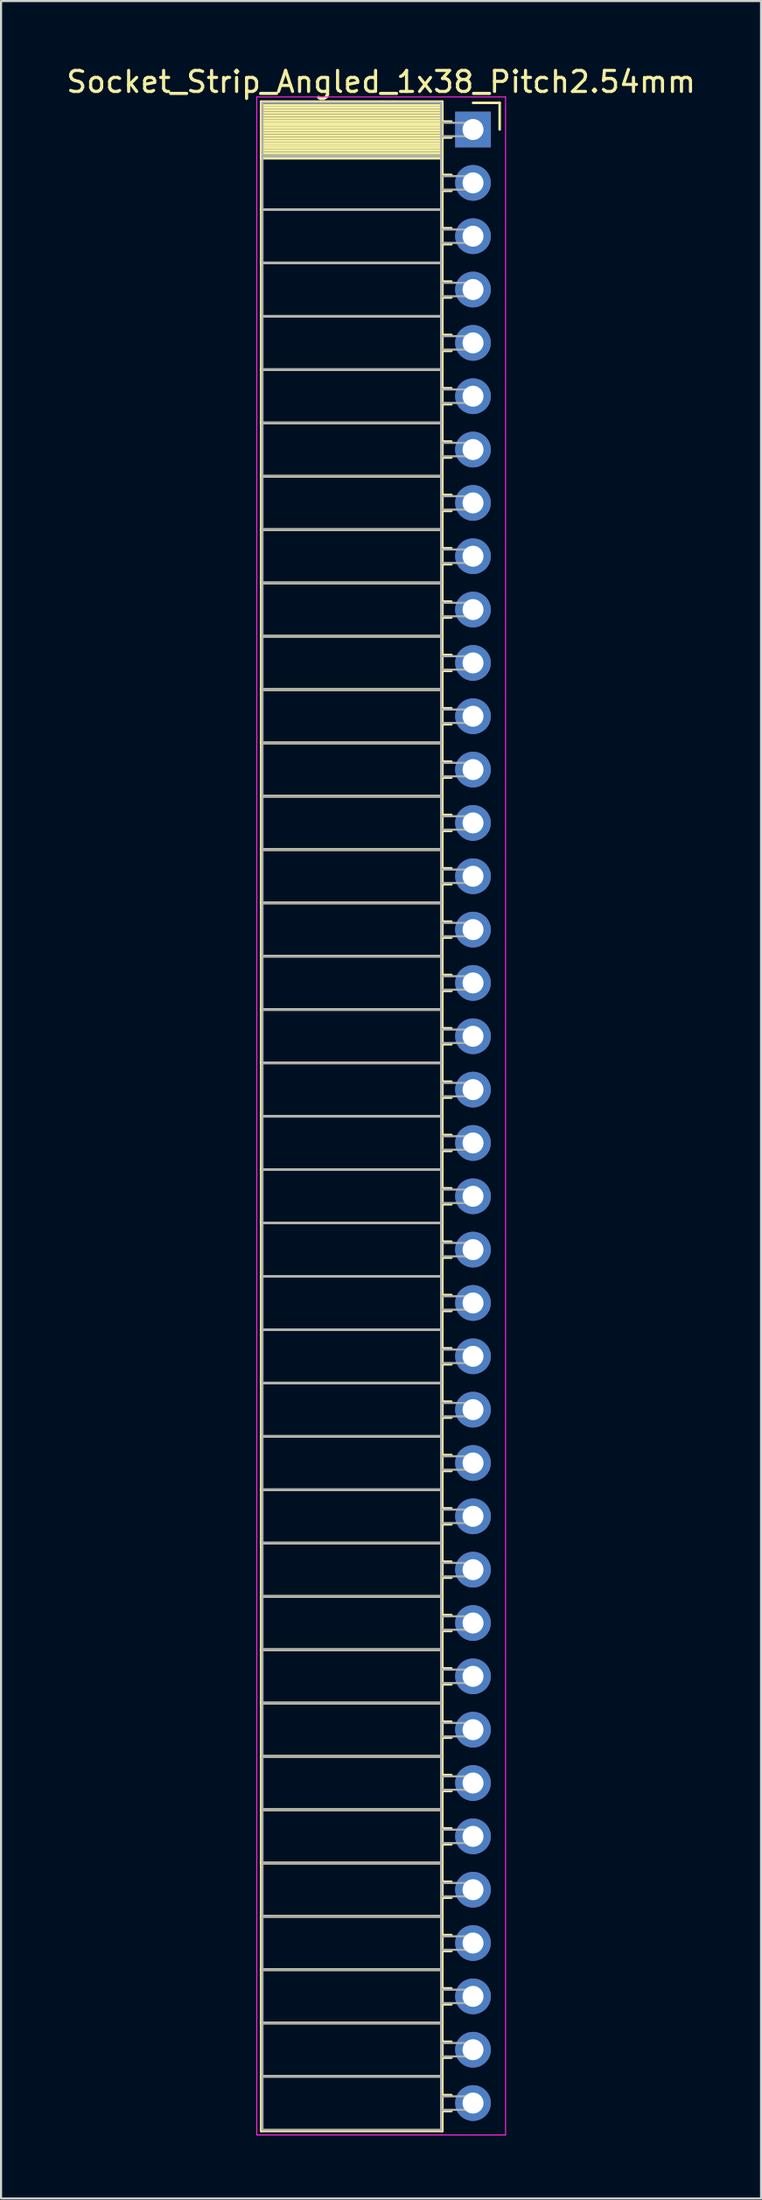
<source format=kicad_pcb>
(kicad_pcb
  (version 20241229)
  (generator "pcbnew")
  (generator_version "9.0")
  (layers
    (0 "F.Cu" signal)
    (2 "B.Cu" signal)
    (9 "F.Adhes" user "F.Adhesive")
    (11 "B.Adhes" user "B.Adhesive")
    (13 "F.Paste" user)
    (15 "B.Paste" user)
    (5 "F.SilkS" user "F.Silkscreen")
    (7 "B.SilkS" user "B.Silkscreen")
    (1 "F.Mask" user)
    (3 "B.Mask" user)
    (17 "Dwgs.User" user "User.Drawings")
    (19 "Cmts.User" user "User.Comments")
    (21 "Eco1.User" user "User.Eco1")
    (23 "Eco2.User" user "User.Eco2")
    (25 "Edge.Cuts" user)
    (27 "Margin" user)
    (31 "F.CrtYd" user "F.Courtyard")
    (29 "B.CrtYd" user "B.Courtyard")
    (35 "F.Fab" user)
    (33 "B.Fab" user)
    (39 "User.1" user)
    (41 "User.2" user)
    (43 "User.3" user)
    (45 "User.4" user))
  (footprint "Socket_Strip_Angled_1x38_Pitch2.54mm"
    (layer "F.Cu")
    (at 19.481 3.118)
    (property "Reference" "Socket_Strip_Angled_1x38_Pitch2.54mm" (at -4.38 -2.27 0) (layer "F.SilkS") (effects (font (size 1 1) (thickness 0.15))))
    (attr through_hole)
    (fp_line (start -10.09 -1.33) (end -1.46 -1.33) (stroke (width 0.12) (type solid)) (layer "F.SilkS"))
    (fp_line (start -10.09 1.27) (end -10.09 -1.33) (stroke (width 0.12) (type solid)) (layer "F.SilkS"))
    (fp_line (start -10.09 1.27) (end -1.46 1.27) (stroke (width 0.12) (type solid)) (layer "F.SilkS"))
    (fp_line (start -10.09 3.81) (end -10.09 1.27) (stroke (width 0.12) (type solid)) (layer "F.SilkS"))
    (fp_line (start -10.09 3.81) (end -1.46 3.81) (stroke (width 0.12) (type solid)) (layer "F.SilkS"))
    (fp_line (start -10.09 6.35) (end -10.09 3.81) (stroke (width 0.12) (type solid)) (layer "F.SilkS"))
    (fp_line (start -10.09 6.35) (end -1.46 6.35) (stroke (width 0.12) (type solid)) (layer "F.SilkS"))
    (fp_line (start -10.09 8.89) (end -10.09 6.35) (stroke (width 0.12) (type solid)) (layer "F.SilkS"))
    (fp_line (start -10.09 8.89) (end -1.46 8.89) (stroke (width 0.12) (type solid)) (layer "F.SilkS"))
    (fp_line (start -10.09 11.43) (end -10.09 8.89) (stroke (width 0.12) (type solid)) (layer "F.SilkS"))
    (fp_line (start -10.09 11.43) (end -1.46 11.43) (stroke (width 0.12) (type solid)) (layer "F.SilkS"))
    (fp_line (start -10.09 13.97) (end -10.09 11.43) (stroke (width 0.12) (type solid)) (layer "F.SilkS"))
    (fp_line (start -10.09 13.97) (end -1.46 13.97) (stroke (width 0.12) (type solid)) (layer "F.SilkS"))
    (fp_line (start -10.09 16.51) (end -10.09 13.97) (stroke (width 0.12) (type solid)) (layer "F.SilkS"))
    (fp_line (start -10.09 16.51) (end -1.46 16.51) (stroke (width 0.12) (type solid)) (layer "F.SilkS"))
    (fp_line (start -10.09 19.05) (end -10.09 16.51) (stroke (width 0.12) (type solid)) (layer "F.SilkS"))
    (fp_line (start -10.09 19.05) (end -1.46 19.05) (stroke (width 0.12) (type solid)) (layer "F.SilkS"))
    (fp_line (start -10.09 21.59) (end -10.09 19.05) (stroke (width 0.12) (type solid)) (layer "F.SilkS"))
    (fp_line (start -10.09 21.59) (end -1.46 21.59) (stroke (width 0.12) (type solid)) (layer "F.SilkS"))
    (fp_line (start -10.09 24.13) (end -10.09 21.59) (stroke (width 0.12) (type solid)) (layer "F.SilkS"))
    (fp_line (start -10.09 24.13) (end -1.46 24.13) (stroke (width 0.12) (type solid)) (layer "F.SilkS"))
    (fp_line (start -10.09 26.67) (end -10.09 24.13) (stroke (width 0.12) (type solid)) (layer "F.SilkS"))
    (fp_line (start -10.09 26.67) (end -1.46 26.67) (stroke (width 0.12) (type solid)) (layer "F.SilkS"))
    (fp_line (start -10.09 29.21) (end -10.09 26.67) (stroke (width 0.12) (type solid)) (layer "F.SilkS"))
    (fp_line (start -10.09 29.21) (end -1.46 29.21) (stroke (width 0.12) (type solid)) (layer "F.SilkS"))
    (fp_line (start -10.09 31.75) (end -10.09 29.21) (stroke (width 0.12) (type solid)) (layer "F.SilkS"))
    (fp_line (start -10.09 31.75) (end -1.46 31.75) (stroke (width 0.12) (type solid)) (layer "F.SilkS"))
    (fp_line (start -10.09 34.29) (end -10.09 31.75) (stroke (width 0.12) (type solid)) (layer "F.SilkS"))
    (fp_line (start -10.09 34.29) (end -1.46 34.29) (stroke (width 0.12) (type solid)) (layer "F.SilkS"))
    (fp_line (start -10.09 36.83) (end -10.09 34.29) (stroke (width 0.12) (type solid)) (layer "F.SilkS"))
    (fp_line (start -10.09 36.83) (end -1.46 36.83) (stroke (width 0.12) (type solid)) (layer "F.SilkS"))
    (fp_line (start -10.09 39.37) (end -10.09 36.83) (stroke (width 0.12) (type solid)) (layer "F.SilkS"))
    (fp_line (start -10.09 39.37) (end -1.46 39.37) (stroke (width 0.12) (type solid)) (layer "F.SilkS"))
    (fp_line (start -10.09 41.91) (end -10.09 39.37) (stroke (width 0.12) (type solid)) (layer "F.SilkS"))
    (fp_line (start -10.09 41.91) (end -1.46 41.91) (stroke (width 0.12) (type solid)) (layer "F.SilkS"))
    (fp_line (start -10.09 44.45) (end -10.09 41.91) (stroke (width 0.12) (type solid)) (layer "F.SilkS"))
    (fp_line (start -10.09 44.45) (end -1.46 44.45) (stroke (width 0.12) (type solid)) (layer "F.SilkS"))
    (fp_line (start -10.09 46.99) (end -10.09 44.45) (stroke (width 0.12) (type solid)) (layer "F.SilkS"))
    (fp_line (start -10.09 46.99) (end -1.46 46.99) (stroke (width 0.12) (type solid)) (layer "F.SilkS"))
    (fp_line (start -10.09 49.53) (end -10.09 46.99) (stroke (width 0.12) (type solid)) (layer "F.SilkS"))
    (fp_line (start -10.09 49.53) (end -1.46 49.53) (stroke (width 0.12) (type solid)) (layer "F.SilkS"))
    (fp_line (start -10.09 52.07) (end -10.09 49.53) (stroke (width 0.12) (type solid)) (layer "F.SilkS"))
    (fp_line (start -10.09 52.07) (end -1.46 52.07) (stroke (width 0.12) (type solid)) (layer "F.SilkS"))
    (fp_line (start -10.09 54.61) (end -10.09 52.07) (stroke (width 0.12) (type solid)) (layer "F.SilkS"))
    (fp_line (start -10.09 54.61) (end -1.46 54.61) (stroke (width 0.12) (type solid)) (layer "F.SilkS"))
    (fp_line (start -10.09 57.15) (end -10.09 54.61) (stroke (width 0.12) (type solid)) (layer "F.SilkS"))
    (fp_line (start -10.09 57.15) (end -1.46 57.15) (stroke (width 0.12) (type solid)) (layer "F.SilkS"))
    (fp_line (start -10.09 59.69) (end -10.09 57.15) (stroke (width 0.12) (type solid)) (layer "F.SilkS"))
    (fp_line (start -10.09 59.69) (end -1.46 59.69) (stroke (width 0.12) (type solid)) (layer "F.SilkS"))
    (fp_line (start -10.09 62.23) (end -10.09 59.69) (stroke (width 0.12) (type solid)) (layer "F.SilkS"))
    (fp_line (start -10.09 62.23) (end -1.46 62.23) (stroke (width 0.12) (type solid)) (layer "F.SilkS"))
    (fp_line (start -10.09 64.77) (end -10.09 62.23) (stroke (width 0.12) (type solid)) (layer "F.SilkS"))
    (fp_line (start -10.09 64.77) (end -1.46 64.77) (stroke (width 0.12) (type solid)) (layer "F.SilkS"))
    (fp_line (start -10.09 67.31) (end -10.09 64.77) (stroke (width 0.12) (type solid)) (layer "F.SilkS"))
    (fp_line (start -10.09 67.31) (end -1.46 67.31) (stroke (width 0.12) (type solid)) (layer "F.SilkS"))
    (fp_line (start -10.09 69.85) (end -10.09 67.31) (stroke (width 0.12) (type solid)) (layer "F.SilkS"))
    (fp_line (start -10.09 69.85) (end -1.46 69.85) (stroke (width 0.12) (type solid)) (layer "F.SilkS"))
    (fp_line (start -10.09 72.39) (end -10.09 69.85) (stroke (width 0.12) (type solid)) (layer "F.SilkS"))
    (fp_line (start -10.09 72.39) (end -1.46 72.39) (stroke (width 0.12) (type solid)) (layer "F.SilkS"))
    (fp_line (start -10.09 74.93) (end -10.09 72.39) (stroke (width 0.12) (type solid)) (layer "F.SilkS"))
    (fp_line (start -10.09 74.93) (end -1.46 74.93) (stroke (width 0.12) (type solid)) (layer "F.SilkS"))
    (fp_line (start -10.09 77.47) (end -10.09 74.93) (stroke (width 0.12) (type solid)) (layer "F.SilkS"))
    (fp_line (start -10.09 77.47) (end -1.46 77.47) (stroke (width 0.12) (type solid)) (layer "F.SilkS"))
    (fp_line (start -10.09 80.01) (end -10.09 77.47) (stroke (width 0.12) (type solid)) (layer "F.SilkS"))
    (fp_line (start -10.09 80.01) (end -1.46 80.01) (stroke (width 0.12) (type solid)) (layer "F.SilkS"))
    (fp_line (start -10.09 82.55) (end -10.09 80.01) (stroke (width 0.12) (type solid)) (layer "F.SilkS"))
    (fp_line (start -10.09 82.55) (end -1.46 82.55) (stroke (width 0.12) (type solid)) (layer "F.SilkS"))
    (fp_line (start -10.09 85.09) (end -10.09 82.55) (stroke (width 0.12) (type solid)) (layer "F.SilkS"))
    (fp_line (start -10.09 85.09) (end -1.46 85.09) (stroke (width 0.12) (type solid)) (layer "F.SilkS"))
    (fp_line (start -10.09 87.63) (end -10.09 85.09) (stroke (width 0.12) (type solid)) (layer "F.SilkS"))
    (fp_line (start -10.09 87.63) (end -1.46 87.63) (stroke (width 0.12) (type solid)) (layer "F.SilkS"))
    (fp_line (start -10.09 90.17) (end -10.09 87.63) (stroke (width 0.12) (type solid)) (layer "F.SilkS"))
    (fp_line (start -10.09 90.17) (end -1.46 90.17) (stroke (width 0.12) (type solid)) (layer "F.SilkS"))
    (fp_line (start -10.09 92.71) (end -10.09 90.17) (stroke (width 0.12) (type solid)) (layer "F.SilkS"))
    (fp_line (start -10.09 92.71) (end -1.46 92.71) (stroke (width 0.12) (type solid)) (layer "F.SilkS"))
    (fp_line (start -10.09 95.31) (end -10.09 92.71) (stroke (width 0.12) (type solid)) (layer "F.SilkS"))
    (fp_line (start -1.46 -1.33) (end -1.46 1.27) (stroke (width 0.12) (type solid)) (layer "F.SilkS"))
    (fp_line (start -1.46 -1.15) (end -10.09 -1.15) (stroke (width 0.12) (type solid)) (layer "F.SilkS"))
    (fp_line (start -1.46 -1.03) (end -10.09 -1.03) (stroke (width 0.12) (type solid)) (layer "F.SilkS"))
    (fp_line (start -1.46 -0.91) (end -10.09 -0.91) (stroke (width 0.12) (type solid)) (layer "F.SilkS"))
    (fp_line (start -1.46 -0.79) (end -10.09 -0.79) (stroke (width 0.12) (type solid)) (layer "F.SilkS"))
    (fp_line (start -1.46 -0.67) (end -10.09 -0.67) (stroke (width 0.12) (type solid)) (layer "F.SilkS"))
    (fp_line (start -1.46 -0.55) (end -10.09 -0.55) (stroke (width 0.12) (type solid)) (layer "F.SilkS"))
    (fp_line (start -1.46 -0.43) (end -10.09 -0.43) (stroke (width 0.12) (type solid)) (layer "F.SilkS"))
    (fp_line (start -1.46 -0.31) (end -10.09 -0.31) (stroke (width 0.12) (type solid)) (layer "F.SilkS"))
    (fp_line (start -1.46 -0.19) (end -10.09 -0.19) (stroke (width 0.12) (type solid)) (layer "F.SilkS"))
    (fp_line (start -1.46 -0.07) (end -10.09 -0.07) (stroke (width 0.12) (type solid)) (layer "F.SilkS"))
    (fp_line (start -1.46 0.05) (end -10.09 0.05) (stroke (width 0.12) (type solid)) (layer "F.SilkS"))
    (fp_line (start -1.46 0.17) (end -10.09 0.17) (stroke (width 0.12) (type solid)) (layer "F.SilkS"))
    (fp_line (start -1.46 0.29) (end -10.09 0.29) (stroke (width 0.12) (type solid)) (layer "F.SilkS"))
    (fp_line (start -1.46 0.41) (end -10.09 0.41) (stroke (width 0.12) (type solid)) (layer "F.SilkS"))
    (fp_line (start -1.46 0.53) (end -10.09 0.53) (stroke (width 0.12) (type solid)) (layer "F.SilkS"))
    (fp_line (start -1.46 0.65) (end -10.09 0.65) (stroke (width 0.12) (type solid)) (layer "F.SilkS"))
    (fp_line (start -1.46 0.77) (end -10.09 0.77) (stroke (width 0.12) (type solid)) (layer "F.SilkS"))
    (fp_line (start -1.46 0.89) (end -10.09 0.89) (stroke (width 0.12) (type solid)) (layer "F.SilkS"))
    (fp_line (start -1.46 1.01) (end -10.09 1.01) (stroke (width 0.12) (type solid)) (layer "F.SilkS"))
    (fp_line (start -1.46 1.13) (end -10.09 1.13) (stroke (width 0.12) (type solid)) (layer "F.SilkS"))
    (fp_line (start -1.46 1.25) (end -10.09 1.25) (stroke (width 0.12) (type solid)) (layer "F.SilkS"))
    (fp_line (start -1.46 1.27) (end -10.09 1.27) (stroke (width 0.12) (type solid)) (layer "F.SilkS"))
    (fp_line (start -1.46 1.27) (end -1.46 3.81) (stroke (width 0.12) (type solid)) (layer "F.SilkS"))
    (fp_line (start -1.46 1.37) (end -10.09 1.37) (stroke (width 0.12) (type solid)) (layer "F.SilkS"))
    (fp_line (start -1.46 3.81) (end -10.09 3.81) (stroke (width 0.12) (type solid)) (layer "F.SilkS"))
    (fp_line (start -1.46 3.81) (end -1.46 6.35) (stroke (width 0.12) (type solid)) (layer "F.SilkS"))
    (fp_line (start -1.46 6.35) (end -10.09 6.35) (stroke (width 0.12) (type solid)) (layer "F.SilkS"))
    (fp_line (start -1.46 6.35) (end -1.46 8.89) (stroke (width 0.12) (type solid)) (layer "F.SilkS"))
    (fp_line (start -1.46 8.89) (end -10.09 8.89) (stroke (width 0.12) (type solid)) (layer "F.SilkS"))
    (fp_line (start -1.46 8.89) (end -1.46 11.43) (stroke (width 0.12) (type solid)) (layer "F.SilkS"))
    (fp_line (start -1.46 11.43) (end -10.09 11.43) (stroke (width 0.12) (type solid)) (layer "F.SilkS"))
    (fp_line (start -1.46 11.43) (end -1.46 13.97) (stroke (width 0.12) (type solid)) (layer "F.SilkS"))
    (fp_line (start -1.46 13.97) (end -10.09 13.97) (stroke (width 0.12) (type solid)) (layer "F.SilkS"))
    (fp_line (start -1.46 13.97) (end -1.46 16.51) (stroke (width 0.12) (type solid)) (layer "F.SilkS"))
    (fp_line (start -1.46 16.51) (end -10.09 16.51) (stroke (width 0.12) (type solid)) (layer "F.SilkS"))
    (fp_line (start -1.46 16.51) (end -1.46 19.05) (stroke (width 0.12) (type solid)) (layer "F.SilkS"))
    (fp_line (start -1.46 19.05) (end -10.09 19.05) (stroke (width 0.12) (type solid)) (layer "F.SilkS"))
    (fp_line (start -1.46 19.05) (end -1.46 21.59) (stroke (width 0.12) (type solid)) (layer "F.SilkS"))
    (fp_line (start -1.46 21.59) (end -10.09 21.59) (stroke (width 0.12) (type solid)) (layer "F.SilkS"))
    (fp_line (start -1.46 21.59) (end -1.46 24.13) (stroke (width 0.12) (type solid)) (layer "F.SilkS"))
    (fp_line (start -1.46 24.13) (end -10.09 24.13) (stroke (width 0.12) (type solid)) (layer "F.SilkS"))
    (fp_line (start -1.46 24.13) (end -1.46 26.67) (stroke (width 0.12) (type solid)) (layer "F.SilkS"))
    (fp_line (start -1.46 26.67) (end -10.09 26.67) (stroke (width 0.12) (type solid)) (layer "F.SilkS"))
    (fp_line (start -1.46 26.67) (end -1.46 29.21) (stroke (width 0.12) (type solid)) (layer "F.SilkS"))
    (fp_line (start -1.46 29.21) (end -10.09 29.21) (stroke (width 0.12) (type solid)) (layer "F.SilkS"))
    (fp_line (start -1.46 29.21) (end -1.46 31.75) (stroke (width 0.12) (type solid)) (layer "F.SilkS"))
    (fp_line (start -1.46 31.75) (end -10.09 31.75) (stroke (width 0.12) (type solid)) (layer "F.SilkS"))
    (fp_line (start -1.46 31.75) (end -1.46 34.29) (stroke (width 0.12) (type solid)) (layer "F.SilkS"))
    (fp_line (start -1.46 34.29) (end -10.09 34.29) (stroke (width 0.12) (type solid)) (layer "F.SilkS"))
    (fp_line (start -1.46 34.29) (end -1.46 36.83) (stroke (width 0.12) (type solid)) (layer "F.SilkS"))
    (fp_line (start -1.46 36.83) (end -10.09 36.83) (stroke (width 0.12) (type solid)) (layer "F.SilkS"))
    (fp_line (start -1.46 36.83) (end -1.46 39.37) (stroke (width 0.12) (type solid)) (layer "F.SilkS"))
    (fp_line (start -1.46 39.37) (end -10.09 39.37) (stroke (width 0.12) (type solid)) (layer "F.SilkS"))
    (fp_line (start -1.46 39.37) (end -1.46 41.91) (stroke (width 0.12) (type solid)) (layer "F.SilkS"))
    (fp_line (start -1.46 41.91) (end -10.09 41.91) (stroke (width 0.12) (type solid)) (layer "F.SilkS"))
    (fp_line (start -1.46 41.91) (end -1.46 44.45) (stroke (width 0.12) (type solid)) (layer "F.SilkS"))
    (fp_line (start -1.46 44.45) (end -10.09 44.45) (stroke (width 0.12) (type solid)) (layer "F.SilkS"))
    (fp_line (start -1.46 44.45) (end -1.46 46.99) (stroke (width 0.12) (type solid)) (layer "F.SilkS"))
    (fp_line (start -1.46 46.99) (end -10.09 46.99) (stroke (width 0.12) (type solid)) (layer "F.SilkS"))
    (fp_line (start -1.46 46.99) (end -1.46 49.53) (stroke (width 0.12) (type solid)) (layer "F.SilkS"))
    (fp_line (start -1.46 49.53) (end -10.09 49.53) (stroke (width 0.12) (type solid)) (layer "F.SilkS"))
    (fp_line (start -1.46 49.53) (end -1.46 52.07) (stroke (width 0.12) (type solid)) (layer "F.SilkS"))
    (fp_line (start -1.46 52.07) (end -10.09 52.07) (stroke (width 0.12) (type solid)) (layer "F.SilkS"))
    (fp_line (start -1.46 52.07) (end -1.46 54.61) (stroke (width 0.12) (type solid)) (layer "F.SilkS"))
    (fp_line (start -1.46 54.61) (end -10.09 54.61) (stroke (width 0.12) (type solid)) (layer "F.SilkS"))
    (fp_line (start -1.46 54.61) (end -1.46 57.15) (stroke (width 0.12) (type solid)) (layer "F.SilkS"))
    (fp_line (start -1.46 57.15) (end -10.09 57.15) (stroke (width 0.12) (type solid)) (layer "F.SilkS"))
    (fp_line (start -1.46 57.15) (end -1.46 59.69) (stroke (width 0.12) (type solid)) (layer "F.SilkS"))
    (fp_line (start -1.46 59.69) (end -10.09 59.69) (stroke (width 0.12) (type solid)) (layer "F.SilkS"))
    (fp_line (start -1.46 59.69) (end -1.46 62.23) (stroke (width 0.12) (type solid)) (layer "F.SilkS"))
    (fp_line (start -1.46 62.23) (end -10.09 62.23) (stroke (width 0.12) (type solid)) (layer "F.SilkS"))
    (fp_line (start -1.46 62.23) (end -1.46 64.77) (stroke (width 0.12) (type solid)) (layer "F.SilkS"))
    (fp_line (start -1.46 64.77) (end -10.09 64.77) (stroke (width 0.12) (type solid)) (layer "F.SilkS"))
    (fp_line (start -1.46 64.77) (end -1.46 67.31) (stroke (width 0.12) (type solid)) (layer "F.SilkS"))
    (fp_line (start -1.46 67.31) (end -10.09 67.31) (stroke (width 0.12) (type solid)) (layer "F.SilkS"))
    (fp_line (start -1.46 67.31) (end -1.46 69.85) (stroke (width 0.12) (type solid)) (layer "F.SilkS"))
    (fp_line (start -1.46 69.85) (end -10.09 69.85) (stroke (width 0.12) (type solid)) (layer "F.SilkS"))
    (fp_line (start -1.46 69.85) (end -1.46 72.39) (stroke (width 0.12) (type solid)) (layer "F.SilkS"))
    (fp_line (start -1.46 72.39) (end -10.09 72.39) (stroke (width 0.12) (type solid)) (layer "F.SilkS"))
    (fp_line (start -1.46 72.39) (end -1.46 74.93) (stroke (width 0.12) (type solid)) (layer "F.SilkS"))
    (fp_line (start -1.46 74.93) (end -10.09 74.93) (stroke (width 0.12) (type solid)) (layer "F.SilkS"))
    (fp_line (start -1.46 74.93) (end -1.46 77.47) (stroke (width 0.12) (type solid)) (layer "F.SilkS"))
    (fp_line (start -1.46 77.47) (end -10.09 77.47) (stroke (width 0.12) (type solid)) (layer "F.SilkS"))
    (fp_line (start -1.46 77.47) (end -1.46 80.01) (stroke (width 0.12) (type solid)) (layer "F.SilkS"))
    (fp_line (start -1.46 80.01) (end -10.09 80.01) (stroke (width 0.12) (type solid)) (layer "F.SilkS"))
    (fp_line (start -1.46 80.01) (end -1.46 82.55) (stroke (width 0.12) (type solid)) (layer "F.SilkS"))
    (fp_line (start -1.46 82.55) (end -10.09 82.55) (stroke (width 0.12) (type solid)) (layer "F.SilkS"))
    (fp_line (start -1.46 82.55) (end -1.46 85.09) (stroke (width 0.12) (type solid)) (layer "F.SilkS"))
    (fp_line (start -1.46 85.09) (end -10.09 85.09) (stroke (width 0.12) (type solid)) (layer "F.SilkS"))
    (fp_line (start -1.46 85.09) (end -1.46 87.63) (stroke (width 0.12) (type solid)) (layer "F.SilkS"))
    (fp_line (start -1.46 87.63) (end -10.09 87.63) (stroke (width 0.12) (type solid)) (layer "F.SilkS"))
    (fp_line (start -1.46 87.63) (end -1.46 90.17) (stroke (width 0.12) (type solid)) (layer "F.SilkS"))
    (fp_line (start -1.46 90.17) (end -10.09 90.17) (stroke (width 0.12) (type solid)) (layer "F.SilkS"))
    (fp_line (start -1.46 90.17) (end -1.46 92.71) (stroke (width 0.12) (type solid)) (layer "F.SilkS"))
    (fp_line (start -1.46 92.71) (end -10.09 92.71) (stroke (width 0.12) (type solid)) (layer "F.SilkS"))
    (fp_line (start -1.46 92.71) (end -1.46 95.31) (stroke (width 0.12) (type solid)) (layer "F.SilkS"))
    (fp_line (start -1.46 95.31) (end -10.09 95.31) (stroke (width 0.12) (type solid)) (layer "F.SilkS"))
    (fp_line (start -1.03 -0.38) (end -1.46 -0.38) (stroke (width 0.12) (type solid)) (layer "F.SilkS"))
    (fp_line (start -1.03 0.38) (end -1.46 0.38) (stroke (width 0.12) (type solid)) (layer "F.SilkS"))
    (fp_line (start -1.03 2.16) (end -1.46 2.16) (stroke (width 0.12) (type solid)) (layer "F.SilkS"))
    (fp_line (start -1.03 2.92) (end -1.46 2.92) (stroke (width 0.12) (type solid)) (layer "F.SilkS"))
    (fp_line (start -1.03 4.7) (end -1.46 4.7) (stroke (width 0.12) (type solid)) (layer "F.SilkS"))
    (fp_line (start -1.03 5.46) (end -1.46 5.46) (stroke (width 0.12) (type solid)) (layer "F.SilkS"))
    (fp_line (start -1.03 7.24) (end -1.46 7.24) (stroke (width 0.12) (type solid)) (layer "F.SilkS"))
    (fp_line (start -1.03 8) (end -1.46 8) (stroke (width 0.12) (type solid)) (layer "F.SilkS"))
    (fp_line (start -1.03 9.78) (end -1.46 9.78) (stroke (width 0.12) (type solid)) (layer "F.SilkS"))
    (fp_line (start -1.03 10.54) (end -1.46 10.54) (stroke (width 0.12) (type solid)) (layer "F.SilkS"))
    (fp_line (start -1.03 12.32) (end -1.46 12.32) (stroke (width 0.12) (type solid)) (layer "F.SilkS"))
    (fp_line (start -1.03 13.08) (end -1.46 13.08) (stroke (width 0.12) (type solid)) (layer "F.SilkS"))
    (fp_line (start -1.03 14.86) (end -1.46 14.86) (stroke (width 0.12) (type solid)) (layer "F.SilkS"))
    (fp_line (start -1.03 15.62) (end -1.46 15.62) (stroke (width 0.12) (type solid)) (layer "F.SilkS"))
    (fp_line (start -1.03 17.4) (end -1.46 17.4) (stroke (width 0.12) (type solid)) (layer "F.SilkS"))
    (fp_line (start -1.03 18.16) (end -1.46 18.16) (stroke (width 0.12) (type solid)) (layer "F.SilkS"))
    (fp_line (start -1.03 19.94) (end -1.46 19.94) (stroke (width 0.12) (type solid)) (layer "F.SilkS"))
    (fp_line (start -1.03 20.7) (end -1.46 20.7) (stroke (width 0.12) (type solid)) (layer "F.SilkS"))
    (fp_line (start -1.03 22.48) (end -1.46 22.48) (stroke (width 0.12) (type solid)) (layer "F.SilkS"))
    (fp_line (start -1.03 23.24) (end -1.46 23.24) (stroke (width 0.12) (type solid)) (layer "F.SilkS"))
    (fp_line (start -1.03 25.02) (end -1.46 25.02) (stroke (width 0.12) (type solid)) (layer "F.SilkS"))
    (fp_line (start -1.03 25.78) (end -1.46 25.78) (stroke (width 0.12) (type solid)) (layer "F.SilkS"))
    (fp_line (start -1.03 27.56) (end -1.46 27.56) (stroke (width 0.12) (type solid)) (layer "F.SilkS"))
    (fp_line (start -1.03 28.32) (end -1.46 28.32) (stroke (width 0.12) (type solid)) (layer "F.SilkS"))
    (fp_line (start -1.03 30.1) (end -1.46 30.1) (stroke (width 0.12) (type solid)) (layer "F.SilkS"))
    (fp_line (start -1.03 30.86) (end -1.46 30.86) (stroke (width 0.12) (type solid)) (layer "F.SilkS"))
    (fp_line (start -1.03 32.64) (end -1.46 32.64) (stroke (width 0.12) (type solid)) (layer "F.SilkS"))
    (fp_line (start -1.03 33.4) (end -1.46 33.4) (stroke (width 0.12) (type solid)) (layer "F.SilkS"))
    (fp_line (start -1.03 35.18) (end -1.46 35.18) (stroke (width 0.12) (type solid)) (layer "F.SilkS"))
    (fp_line (start -1.03 35.94) (end -1.46 35.94) (stroke (width 0.12) (type solid)) (layer "F.SilkS"))
    (fp_line (start -1.03 37.72) (end -1.46 37.72) (stroke (width 0.12) (type solid)) (layer "F.SilkS"))
    (fp_line (start -1.03 38.48) (end -1.46 38.48) (stroke (width 0.12) (type solid)) (layer "F.SilkS"))
    (fp_line (start -1.03 40.26) (end -1.46 40.26) (stroke (width 0.12) (type solid)) (layer "F.SilkS"))
    (fp_line (start -1.03 41.02) (end -1.46 41.02) (stroke (width 0.12) (type solid)) (layer "F.SilkS"))
    (fp_line (start -1.03 42.8) (end -1.46 42.8) (stroke (width 0.12) (type solid)) (layer "F.SilkS"))
    (fp_line (start -1.03 43.56) (end -1.46 43.56) (stroke (width 0.12) (type solid)) (layer "F.SilkS"))
    (fp_line (start -1.03 45.34) (end -1.46 45.34) (stroke (width 0.12) (type solid)) (layer "F.SilkS"))
    (fp_line (start -1.03 46.1) (end -1.46 46.1) (stroke (width 0.12) (type solid)) (layer "F.SilkS"))
    (fp_line (start -1.03 47.88) (end -1.46 47.88) (stroke (width 0.12) (type solid)) (layer "F.SilkS"))
    (fp_line (start -1.03 48.64) (end -1.46 48.64) (stroke (width 0.12) (type solid)) (layer "F.SilkS"))
    (fp_line (start -1.03 50.42) (end -1.46 50.42) (stroke (width 0.12) (type solid)) (layer "F.SilkS"))
    (fp_line (start -1.03 51.18) (end -1.46 51.18) (stroke (width 0.12) (type solid)) (layer "F.SilkS"))
    (fp_line (start -1.03 52.96) (end -1.46 52.96) (stroke (width 0.12) (type solid)) (layer "F.SilkS"))
    (fp_line (start -1.03 53.72) (end -1.46 53.72) (stroke (width 0.12) (type solid)) (layer "F.SilkS"))
    (fp_line (start -1.03 55.5) (end -1.46 55.5) (stroke (width 0.12) (type solid)) (layer "F.SilkS"))
    (fp_line (start -1.03 56.26) (end -1.46 56.26) (stroke (width 0.12) (type solid)) (layer "F.SilkS"))
    (fp_line (start -1.03 58.04) (end -1.46 58.04) (stroke (width 0.12) (type solid)) (layer "F.SilkS"))
    (fp_line (start -1.03 58.8) (end -1.46 58.8) (stroke (width 0.12) (type solid)) (layer "F.SilkS"))
    (fp_line (start -1.03 60.58) (end -1.46 60.58) (stroke (width 0.12) (type solid)) (layer "F.SilkS"))
    (fp_line (start -1.03 61.34) (end -1.46 61.34) (stroke (width 0.12) (type solid)) (layer "F.SilkS"))
    (fp_line (start -1.03 63.12) (end -1.46 63.12) (stroke (width 0.12) (type solid)) (layer "F.SilkS"))
    (fp_line (start -1.03 63.88) (end -1.46 63.88) (stroke (width 0.12) (type solid)) (layer "F.SilkS"))
    (fp_line (start -1.03 65.66) (end -1.46 65.66) (stroke (width 0.12) (type solid)) (layer "F.SilkS"))
    (fp_line (start -1.03 66.42) (end -1.46 66.42) (stroke (width 0.12) (type solid)) (layer "F.SilkS"))
    (fp_line (start -1.03 68.2) (end -1.46 68.2) (stroke (width 0.12) (type solid)) (layer "F.SilkS"))
    (fp_line (start -1.03 68.96) (end -1.46 68.96) (stroke (width 0.12) (type solid)) (layer "F.SilkS"))
    (fp_line (start -1.03 70.74) (end -1.46 70.74) (stroke (width 0.12) (type solid)) (layer "F.SilkS"))
    (fp_line (start -1.03 71.5) (end -1.46 71.5) (stroke (width 0.12) (type solid)) (layer "F.SilkS"))
    (fp_line (start -1.03 73.28) (end -1.46 73.28) (stroke (width 0.12) (type solid)) (layer "F.SilkS"))
    (fp_line (start -1.03 74.04) (end -1.46 74.04) (stroke (width 0.12) (type solid)) (layer "F.SilkS"))
    (fp_line (start -1.03 75.82) (end -1.46 75.82) (stroke (width 0.12) (type solid)) (layer "F.SilkS"))
    (fp_line (start -1.03 76.58) (end -1.46 76.58) (stroke (width 0.12) (type solid)) (layer "F.SilkS"))
    (fp_line (start -1.03 78.36) (end -1.46 78.36) (stroke (width 0.12) (type solid)) (layer "F.SilkS"))
    (fp_line (start -1.03 79.12) (end -1.46 79.12) (stroke (width 0.12) (type solid)) (layer "F.SilkS"))
    (fp_line (start -1.03 80.9) (end -1.46 80.9) (stroke (width 0.12) (type solid)) (layer "F.SilkS"))
    (fp_line (start -1.03 81.66) (end -1.46 81.66) (stroke (width 0.12) (type solid)) (layer "F.SilkS"))
    (fp_line (start -1.03 83.44) (end -1.46 83.44) (stroke (width 0.12) (type solid)) (layer "F.SilkS"))
    (fp_line (start -1.03 84.2) (end -1.46 84.2) (stroke (width 0.12) (type solid)) (layer "F.SilkS"))
    (fp_line (start -1.03 85.98) (end -1.46 85.98) (stroke (width 0.12) (type solid)) (layer "F.SilkS"))
    (fp_line (start -1.03 86.74) (end -1.46 86.74) (stroke (width 0.12) (type solid)) (layer "F.SilkS"))
    (fp_line (start -1.03 88.52) (end -1.46 88.52) (stroke (width 0.12) (type solid)) (layer "F.SilkS"))
    (fp_line (start -1.03 89.28) (end -1.46 89.28) (stroke (width 0.12) (type solid)) (layer "F.SilkS"))
    (fp_line (start -1.03 91.06) (end -1.46 91.06) (stroke (width 0.12) (type solid)) (layer "F.SilkS"))
    (fp_line (start -1.03 91.82) (end -1.46 91.82) (stroke (width 0.12) (type solid)) (layer "F.SilkS"))
    (fp_line (start -1.03 93.6) (end -1.46 93.6) (stroke (width 0.12) (type solid)) (layer "F.SilkS"))
    (fp_line (start -1.03 94.36) (end -1.46 94.36) (stroke (width 0.12) (type solid)) (layer "F.SilkS"))
    (fp_line (start 0 -1.27) (end 1.27 -1.27) (stroke (width 0.12) (type solid)) (layer "F.SilkS"))
    (fp_line (start 1.27 -1.27) (end 1.27 0) (stroke (width 0.12) (type solid)) (layer "F.SilkS"))
    (fp_line (start -10.3 -1.55) (end 1.55 -1.55) (stroke (width 0.05) (type solid)) (layer "F.CrtYd"))
    (fp_line (start -10.3 95.5) (end -10.3 -1.55) (stroke (width 0.05) (type solid)) (layer "F.CrtYd"))
    (fp_line (start 1.55 -1.55) (end 1.55 95.5) (stroke (width 0.05) (type solid)) (layer "F.CrtYd"))
    (fp_line (start 1.55 95.5) (end -10.3 95.5) (stroke (width 0.05) (type solid)) (layer "F.CrtYd"))
    (fp_line (start -10.03 -1.27) (end -1.52 -1.27) (stroke (width 0.1) (type solid)) (layer "F.Fab"))
    (fp_line (start -10.03 1.27) (end -10.03 -1.27) (stroke (width 0.1) (type solid)) (layer "F.Fab"))
    (fp_line (start -10.03 1.27) (end -1.52 1.27) (stroke (width 0.1) (type solid)) (layer "F.Fab"))
    (fp_line (start -10.03 3.81) (end -10.03 1.27) (stroke (width 0.1) (type solid)) (layer "F.Fab"))
    (fp_line (start -10.03 3.81) (end -1.52 3.81) (stroke (width 0.1) (type solid)) (layer "F.Fab"))
    (fp_line (start -10.03 6.35) (end -10.03 3.81) (stroke (width 0.1) (type solid)) (layer "F.Fab"))
    (fp_line (start -10.03 6.35) (end -1.52 6.35) (stroke (width 0.1) (type solid)) (layer "F.Fab"))
    (fp_line (start -10.03 8.89) (end -10.03 6.35) (stroke (width 0.1) (type solid)) (layer "F.Fab"))
    (fp_line (start -10.03 8.89) (end -1.52 8.89) (stroke (width 0.1) (type solid)) (layer "F.Fab"))
    (fp_line (start -10.03 11.43) (end -10.03 8.89) (stroke (width 0.1) (type solid)) (layer "F.Fab"))
    (fp_line (start -10.03 11.43) (end -1.52 11.43) (stroke (width 0.1) (type solid)) (layer "F.Fab"))
    (fp_line (start -10.03 13.97) (end -10.03 11.43) (stroke (width 0.1) (type solid)) (layer "F.Fab"))
    (fp_line (start -10.03 13.97) (end -1.52 13.97) (stroke (width 0.1) (type solid)) (layer "F.Fab"))
    (fp_line (start -10.03 16.51) (end -10.03 13.97) (stroke (width 0.1) (type solid)) (layer "F.Fab"))
    (fp_line (start -10.03 16.51) (end -1.52 16.51) (stroke (width 0.1) (type solid)) (layer "F.Fab"))
    (fp_line (start -10.03 19.05) (end -10.03 16.51) (stroke (width 0.1) (type solid)) (layer "F.Fab"))
    (fp_line (start -10.03 19.05) (end -1.52 19.05) (stroke (width 0.1) (type solid)) (layer "F.Fab"))
    (fp_line (start -10.03 21.59) (end -10.03 19.05) (stroke (width 0.1) (type solid)) (layer "F.Fab"))
    (fp_line (start -10.03 21.59) (end -1.52 21.59) (stroke (width 0.1) (type solid)) (layer "F.Fab"))
    (fp_line (start -10.03 24.13) (end -10.03 21.59) (stroke (width 0.1) (type solid)) (layer "F.Fab"))
    (fp_line (start -10.03 24.13) (end -1.52 24.13) (stroke (width 0.1) (type solid)) (layer "F.Fab"))
    (fp_line (start -10.03 26.67) (end -10.03 24.13) (stroke (width 0.1) (type solid)) (layer "F.Fab"))
    (fp_line (start -10.03 26.67) (end -1.52 26.67) (stroke (width 0.1) (type solid)) (layer "F.Fab"))
    (fp_line (start -10.03 29.21) (end -10.03 26.67) (stroke (width 0.1) (type solid)) (layer "F.Fab"))
    (fp_line (start -10.03 29.21) (end -1.52 29.21) (stroke (width 0.1) (type solid)) (layer "F.Fab"))
    (fp_line (start -10.03 31.75) (end -10.03 29.21) (stroke (width 0.1) (type solid)) (layer "F.Fab"))
    (fp_line (start -10.03 31.75) (end -1.52 31.75) (stroke (width 0.1) (type solid)) (layer "F.Fab"))
    (fp_line (start -10.03 34.29) (end -10.03 31.75) (stroke (width 0.1) (type solid)) (layer "F.Fab"))
    (fp_line (start -10.03 34.29) (end -1.52 34.29) (stroke (width 0.1) (type solid)) (layer "F.Fab"))
    (fp_line (start -10.03 36.83) (end -10.03 34.29) (stroke (width 0.1) (type solid)) (layer "F.Fab"))
    (fp_line (start -10.03 36.83) (end -1.52 36.83) (stroke (width 0.1) (type solid)) (layer "F.Fab"))
    (fp_line (start -10.03 39.37) (end -10.03 36.83) (stroke (width 0.1) (type solid)) (layer "F.Fab"))
    (fp_line (start -10.03 39.37) (end -1.52 39.37) (stroke (width 0.1) (type solid)) (layer "F.Fab"))
    (fp_line (start -10.03 41.91) (end -10.03 39.37) (stroke (width 0.1) (type solid)) (layer "F.Fab"))
    (fp_line (start -10.03 41.91) (end -1.52 41.91) (stroke (width 0.1) (type solid)) (layer "F.Fab"))
    (fp_line (start -10.03 44.45) (end -10.03 41.91) (stroke (width 0.1) (type solid)) (layer "F.Fab"))
    (fp_line (start -10.03 44.45) (end -1.52 44.45) (stroke (width 0.1) (type solid)) (layer "F.Fab"))
    (fp_line (start -10.03 46.99) (end -10.03 44.45) (stroke (width 0.1) (type solid)) (layer "F.Fab"))
    (fp_line (start -10.03 46.99) (end -1.52 46.99) (stroke (width 0.1) (type solid)) (layer "F.Fab"))
    (fp_line (start -10.03 49.53) (end -10.03 46.99) (stroke (width 0.1) (type solid)) (layer "F.Fab"))
    (fp_line (start -10.03 49.53) (end -1.52 49.53) (stroke (width 0.1) (type solid)) (layer "F.Fab"))
    (fp_line (start -10.03 52.07) (end -10.03 49.53) (stroke (width 0.1) (type solid)) (layer "F.Fab"))
    (fp_line (start -10.03 52.07) (end -1.52 52.07) (stroke (width 0.1) (type solid)) (layer "F.Fab"))
    (fp_line (start -10.03 54.61) (end -10.03 52.07) (stroke (width 0.1) (type solid)) (layer "F.Fab"))
    (fp_line (start -10.03 54.61) (end -1.52 54.61) (stroke (width 0.1) (type solid)) (layer "F.Fab"))
    (fp_line (start -10.03 57.15) (end -10.03 54.61) (stroke (width 0.1) (type solid)) (layer "F.Fab"))
    (fp_line (start -10.03 57.15) (end -1.52 57.15) (stroke (width 0.1) (type solid)) (layer "F.Fab"))
    (fp_line (start -10.03 59.69) (end -10.03 57.15) (stroke (width 0.1) (type solid)) (layer "F.Fab"))
    (fp_line (start -10.03 59.69) (end -1.52 59.69) (stroke (width 0.1) (type solid)) (layer "F.Fab"))
    (fp_line (start -10.03 62.23) (end -10.03 59.69) (stroke (width 0.1) (type solid)) (layer "F.Fab"))
    (fp_line (start -10.03 62.23) (end -1.52 62.23) (stroke (width 0.1) (type solid)) (layer "F.Fab"))
    (fp_line (start -10.03 64.77) (end -10.03 62.23) (stroke (width 0.1) (type solid)) (layer "F.Fab"))
    (fp_line (start -10.03 64.77) (end -1.52 64.77) (stroke (width 0.1) (type solid)) (layer "F.Fab"))
    (fp_line (start -10.03 67.31) (end -10.03 64.77) (stroke (width 0.1) (type solid)) (layer "F.Fab"))
    (fp_line (start -10.03 67.31) (end -1.52 67.31) (stroke (width 0.1) (type solid)) (layer "F.Fab"))
    (fp_line (start -10.03 69.85) (end -10.03 67.31) (stroke (width 0.1) (type solid)) (layer "F.Fab"))
    (fp_line (start -10.03 69.85) (end -1.52 69.85) (stroke (width 0.1) (type solid)) (layer "F.Fab"))
    (fp_line (start -10.03 72.39) (end -10.03 69.85) (stroke (width 0.1) (type solid)) (layer "F.Fab"))
    (fp_line (start -10.03 72.39) (end -1.52 72.39) (stroke (width 0.1) (type solid)) (layer "F.Fab"))
    (fp_line (start -10.03 74.93) (end -10.03 72.39) (stroke (width 0.1) (type solid)) (layer "F.Fab"))
    (fp_line (start -10.03 74.93) (end -1.52 74.93) (stroke (width 0.1) (type solid)) (layer "F.Fab"))
    (fp_line (start -10.03 77.47) (end -10.03 74.93) (stroke (width 0.1) (type solid)) (layer "F.Fab"))
    (fp_line (start -10.03 77.47) (end -1.52 77.47) (stroke (width 0.1) (type solid)) (layer "F.Fab"))
    (fp_line (start -10.03 80.01) (end -10.03 77.47) (stroke (width 0.1) (type solid)) (layer "F.Fab"))
    (fp_line (start -10.03 80.01) (end -1.52 80.01) (stroke (width 0.1) (type solid)) (layer "F.Fab"))
    (fp_line (start -10.03 82.55) (end -10.03 80.01) (stroke (width 0.1) (type solid)) (layer "F.Fab"))
    (fp_line (start -10.03 82.55) (end -1.52 82.55) (stroke (width 0.1) (type solid)) (layer "F.Fab"))
    (fp_line (start -10.03 85.09) (end -10.03 82.55) (stroke (width 0.1) (type solid)) (layer "F.Fab"))
    (fp_line (start -10.03 85.09) (end -1.52 85.09) (stroke (width 0.1) (type solid)) (layer "F.Fab"))
    (fp_line (start -10.03 87.63) (end -10.03 85.09) (stroke (width 0.1) (type solid)) (layer "F.Fab"))
    (fp_line (start -10.03 87.63) (end -1.52 87.63) (stroke (width 0.1) (type solid)) (layer "F.Fab"))
    (fp_line (start -10.03 90.17) (end -10.03 87.63) (stroke (width 0.1) (type solid)) (layer "F.Fab"))
    (fp_line (start -10.03 90.17) (end -1.52 90.17) (stroke (width 0.1) (type solid)) (layer "F.Fab"))
    (fp_line (start -10.03 92.71) (end -10.03 90.17) (stroke (width 0.1) (type solid)) (layer "F.Fab"))
    (fp_line (start -10.03 92.71) (end -1.52 92.71) (stroke (width 0.1) (type solid)) (layer "F.Fab"))
    (fp_line (start -10.03 95.25) (end -10.03 92.71) (stroke (width 0.1) (type solid)) (layer "F.Fab"))
    (fp_line (start -1.52 -1.27) (end -1.52 1.27) (stroke (width 0.1) (type solid)) (layer "F.Fab"))
    (fp_line (start -1.52 -0.32) (end 0 -0.32) (stroke (width 0.1) (type solid)) (layer "F.Fab"))
    (fp_line (start -1.52 0.32) (end -1.52 -0.32) (stroke (width 0.1) (type solid)) (layer "F.Fab"))
    (fp_line (start -1.52 1.27) (end -10.03 1.27) (stroke (width 0.1) (type solid)) (layer "F.Fab"))
    (fp_line (start -1.52 1.27) (end -1.52 3.81) (stroke (width 0.1) (type solid)) (layer "F.Fab"))
    (fp_line (start -1.52 2.22) (end 0 2.22) (stroke (width 0.1) (type solid)) (layer "F.Fab"))
    (fp_line (start -1.52 2.86) (end -1.52 2.22) (stroke (width 0.1) (type solid)) (layer "F.Fab"))
    (fp_line (start -1.52 3.81) (end -10.03 3.81) (stroke (width 0.1) (type solid)) (layer "F.Fab"))
    (fp_line (start -1.52 3.81) (end -1.52 6.35) (stroke (width 0.1) (type solid)) (layer "F.Fab"))
    (fp_line (start -1.52 4.76) (end 0 4.76) (stroke (width 0.1) (type solid)) (layer "F.Fab"))
    (fp_line (start -1.52 5.4) (end -1.52 4.76) (stroke (width 0.1) (type solid)) (layer "F.Fab"))
    (fp_line (start -1.52 6.35) (end -10.03 6.35) (stroke (width 0.1) (type solid)) (layer "F.Fab"))
    (fp_line (start -1.52 6.35) (end -1.52 8.89) (stroke (width 0.1) (type solid)) (layer "F.Fab"))
    (fp_line (start -1.52 7.3) (end 0 7.3) (stroke (width 0.1) (type solid)) (layer "F.Fab"))
    (fp_line (start -1.52 7.94) (end -1.52 7.3) (stroke (width 0.1) (type solid)) (layer "F.Fab"))
    (fp_line (start -1.52 8.89) (end -10.03 8.89) (stroke (width 0.1) (type solid)) (layer "F.Fab"))
    (fp_line (start -1.52 8.89) (end -1.52 11.43) (stroke (width 0.1) (type solid)) (layer "F.Fab"))
    (fp_line (start -1.52 9.84) (end 0 9.84) (stroke (width 0.1) (type solid)) (layer "F.Fab"))
    (fp_line (start -1.52 10.48) (end -1.52 9.84) (stroke (width 0.1) (type solid)) (layer "F.Fab"))
    (fp_line (start -1.52 11.43) (end -10.03 11.43) (stroke (width 0.1) (type solid)) (layer "F.Fab"))
    (fp_line (start -1.52 11.43) (end -1.52 13.97) (stroke (width 0.1) (type solid)) (layer "F.Fab"))
    (fp_line (start -1.52 12.38) (end 0 12.38) (stroke (width 0.1) (type solid)) (layer "F.Fab"))
    (fp_line (start -1.52 13.02) (end -1.52 12.38) (stroke (width 0.1) (type solid)) (layer "F.Fab"))
    (fp_line (start -1.52 13.97) (end -10.03 13.97) (stroke (width 0.1) (type solid)) (layer "F.Fab"))
    (fp_line (start -1.52 13.97) (end -1.52 16.51) (stroke (width 0.1) (type solid)) (layer "F.Fab"))
    (fp_line (start -1.52 14.92) (end 0 14.92) (stroke (width 0.1) (type solid)) (layer "F.Fab"))
    (fp_line (start -1.52 15.56) (end -1.52 14.92) (stroke (width 0.1) (type solid)) (layer "F.Fab"))
    (fp_line (start -1.52 16.51) (end -10.03 16.51) (stroke (width 0.1) (type solid)) (layer "F.Fab"))
    (fp_line (start -1.52 16.51) (end -1.52 19.05) (stroke (width 0.1) (type solid)) (layer "F.Fab"))
    (fp_line (start -1.52 17.46) (end 0 17.46) (stroke (width 0.1) (type solid)) (layer "F.Fab"))
    (fp_line (start -1.52 18.1) (end -1.52 17.46) (stroke (width 0.1) (type solid)) (layer "F.Fab"))
    (fp_line (start -1.52 19.05) (end -10.03 19.05) (stroke (width 0.1) (type solid)) (layer "F.Fab"))
    (fp_line (start -1.52 19.05) (end -1.52 21.59) (stroke (width 0.1) (type solid)) (layer "F.Fab"))
    (fp_line (start -1.52 20) (end 0 20) (stroke (width 0.1) (type solid)) (layer "F.Fab"))
    (fp_line (start -1.52 20.64) (end -1.52 20) (stroke (width 0.1) (type solid)) (layer "F.Fab"))
    (fp_line (start -1.52 21.59) (end -10.03 21.59) (stroke (width 0.1) (type solid)) (layer "F.Fab"))
    (fp_line (start -1.52 21.59) (end -1.52 24.13) (stroke (width 0.1) (type solid)) (layer "F.Fab"))
    (fp_line (start -1.52 22.54) (end 0 22.54) (stroke (width 0.1) (type solid)) (layer "F.Fab"))
    (fp_line (start -1.52 23.18) (end -1.52 22.54) (stroke (width 0.1) (type solid)) (layer "F.Fab"))
    (fp_line (start -1.52 24.13) (end -10.03 24.13) (stroke (width 0.1) (type solid)) (layer "F.Fab"))
    (fp_line (start -1.52 24.13) (end -1.52 26.67) (stroke (width 0.1) (type solid)) (layer "F.Fab"))
    (fp_line (start -1.52 25.08) (end 0 25.08) (stroke (width 0.1) (type solid)) (layer "F.Fab"))
    (fp_line (start -1.52 25.72) (end -1.52 25.08) (stroke (width 0.1) (type solid)) (layer "F.Fab"))
    (fp_line (start -1.52 26.67) (end -10.03 26.67) (stroke (width 0.1) (type solid)) (layer "F.Fab"))
    (fp_line (start -1.52 26.67) (end -1.52 29.21) (stroke (width 0.1) (type solid)) (layer "F.Fab"))
    (fp_line (start -1.52 27.62) (end 0 27.62) (stroke (width 0.1) (type solid)) (layer "F.Fab"))
    (fp_line (start -1.52 28.26) (end -1.52 27.62) (stroke (width 0.1) (type solid)) (layer "F.Fab"))
    (fp_line (start -1.52 29.21) (end -10.03 29.21) (stroke (width 0.1) (type solid)) (layer "F.Fab"))
    (fp_line (start -1.52 29.21) (end -1.52 31.75) (stroke (width 0.1) (type solid)) (layer "F.Fab"))
    (fp_line (start -1.52 30.16) (end 0 30.16) (stroke (width 0.1) (type solid)) (layer "F.Fab"))
    (fp_line (start -1.52 30.8) (end -1.52 30.16) (stroke (width 0.1) (type solid)) (layer "F.Fab"))
    (fp_line (start -1.52 31.75) (end -10.03 31.75) (stroke (width 0.1) (type solid)) (layer "F.Fab"))
    (fp_line (start -1.52 31.75) (end -1.52 34.29) (stroke (width 0.1) (type solid)) (layer "F.Fab"))
    (fp_line (start -1.52 32.7) (end 0 32.7) (stroke (width 0.1) (type solid)) (layer "F.Fab"))
    (fp_line (start -1.52 33.34) (end -1.52 32.7) (stroke (width 0.1) (type solid)) (layer "F.Fab"))
    (fp_line (start -1.52 34.29) (end -10.03 34.29) (stroke (width 0.1) (type solid)) (layer "F.Fab"))
    (fp_line (start -1.52 34.29) (end -1.52 36.83) (stroke (width 0.1) (type solid)) (layer "F.Fab"))
    (fp_line (start -1.52 35.24) (end 0 35.24) (stroke (width 0.1) (type solid)) (layer "F.Fab"))
    (fp_line (start -1.52 35.88) (end -1.52 35.24) (stroke (width 0.1) (type solid)) (layer "F.Fab"))
    (fp_line (start -1.52 36.83) (end -10.03 36.83) (stroke (width 0.1) (type solid)) (layer "F.Fab"))
    (fp_line (start -1.52 36.83) (end -1.52 39.37) (stroke (width 0.1) (type solid)) (layer "F.Fab"))
    (fp_line (start -1.52 37.78) (end 0 37.78) (stroke (width 0.1) (type solid)) (layer "F.Fab"))
    (fp_line (start -1.52 38.42) (end -1.52 37.78) (stroke (width 0.1) (type solid)) (layer "F.Fab"))
    (fp_line (start -1.52 39.37) (end -10.03 39.37) (stroke (width 0.1) (type solid)) (layer "F.Fab"))
    (fp_line (start -1.52 39.37) (end -1.52 41.91) (stroke (width 0.1) (type solid)) (layer "F.Fab"))
    (fp_line (start -1.52 40.32) (end 0 40.32) (stroke (width 0.1) (type solid)) (layer "F.Fab"))
    (fp_line (start -1.52 40.96) (end -1.52 40.32) (stroke (width 0.1) (type solid)) (layer "F.Fab"))
    (fp_line (start -1.52 41.91) (end -10.03 41.91) (stroke (width 0.1) (type solid)) (layer "F.Fab"))
    (fp_line (start -1.52 41.91) (end -1.52 44.45) (stroke (width 0.1) (type solid)) (layer "F.Fab"))
    (fp_line (start -1.52 42.86) (end 0 42.86) (stroke (width 0.1) (type solid)) (layer "F.Fab"))
    (fp_line (start -1.52 43.5) (end -1.52 42.86) (stroke (width 0.1) (type solid)) (layer "F.Fab"))
    (fp_line (start -1.52 44.45) (end -10.03 44.45) (stroke (width 0.1) (type solid)) (layer "F.Fab"))
    (fp_line (start -1.52 44.45) (end -1.52 46.99) (stroke (width 0.1) (type solid)) (layer "F.Fab"))
    (fp_line (start -1.52 45.4) (end 0 45.4) (stroke (width 0.1) (type solid)) (layer "F.Fab"))
    (fp_line (start -1.52 46.04) (end -1.52 45.4) (stroke (width 0.1) (type solid)) (layer "F.Fab"))
    (fp_line (start -1.52 46.99) (end -10.03 46.99) (stroke (width 0.1) (type solid)) (layer "F.Fab"))
    (fp_line (start -1.52 46.99) (end -1.52 49.53) (stroke (width 0.1) (type solid)) (layer "F.Fab"))
    (fp_line (start -1.52 47.94) (end 0 47.94) (stroke (width 0.1) (type solid)) (layer "F.Fab"))
    (fp_line (start -1.52 48.58) (end -1.52 47.94) (stroke (width 0.1) (type solid)) (layer "F.Fab"))
    (fp_line (start -1.52 49.53) (end -10.03 49.53) (stroke (width 0.1) (type solid)) (layer "F.Fab"))
    (fp_line (start -1.52 49.53) (end -1.52 52.07) (stroke (width 0.1) (type solid)) (layer "F.Fab"))
    (fp_line (start -1.52 50.48) (end 0 50.48) (stroke (width 0.1) (type solid)) (layer "F.Fab"))
    (fp_line (start -1.52 51.12) (end -1.52 50.48) (stroke (width 0.1) (type solid)) (layer "F.Fab"))
    (fp_line (start -1.52 52.07) (end -10.03 52.07) (stroke (width 0.1) (type solid)) (layer "F.Fab"))
    (fp_line (start -1.52 52.07) (end -1.52 54.61) (stroke (width 0.1) (type solid)) (layer "F.Fab"))
    (fp_line (start -1.52 53.02) (end 0 53.02) (stroke (width 0.1) (type solid)) (layer "F.Fab"))
    (fp_line (start -1.52 53.66) (end -1.52 53.02) (stroke (width 0.1) (type solid)) (layer "F.Fab"))
    (fp_line (start -1.52 54.61) (end -10.03 54.61) (stroke (width 0.1) (type solid)) (layer "F.Fab"))
    (fp_line (start -1.52 54.61) (end -1.52 57.15) (stroke (width 0.1) (type solid)) (layer "F.Fab"))
    (fp_line (start -1.52 55.56) (end 0 55.56) (stroke (width 0.1) (type solid)) (layer "F.Fab"))
    (fp_line (start -1.52 56.2) (end -1.52 55.56) (stroke (width 0.1) (type solid)) (layer "F.Fab"))
    (fp_line (start -1.52 57.15) (end -10.03 57.15) (stroke (width 0.1) (type solid)) (layer "F.Fab"))
    (fp_line (start -1.52 57.15) (end -1.52 59.69) (stroke (width 0.1) (type solid)) (layer "F.Fab"))
    (fp_line (start -1.52 58.1) (end 0 58.1) (stroke (width 0.1) (type solid)) (layer "F.Fab"))
    (fp_line (start -1.52 58.74) (end -1.52 58.1) (stroke (width 0.1) (type solid)) (layer "F.Fab"))
    (fp_line (start -1.52 59.69) (end -10.03 59.69) (stroke (width 0.1) (type solid)) (layer "F.Fab"))
    (fp_line (start -1.52 59.69) (end -1.52 62.23) (stroke (width 0.1) (type solid)) (layer "F.Fab"))
    (fp_line (start -1.52 60.64) (end 0 60.64) (stroke (width 0.1) (type solid)) (layer "F.Fab"))
    (fp_line (start -1.52 61.28) (end -1.52 60.64) (stroke (width 0.1) (type solid)) (layer "F.Fab"))
    (fp_line (start -1.52 62.23) (end -10.03 62.23) (stroke (width 0.1) (type solid)) (layer "F.Fab"))
    (fp_line (start -1.52 62.23) (end -1.52 64.77) (stroke (width 0.1) (type solid)) (layer "F.Fab"))
    (fp_line (start -1.52 63.18) (end 0 63.18) (stroke (width 0.1) (type solid)) (layer "F.Fab"))
    (fp_line (start -1.52 63.82) (end -1.52 63.18) (stroke (width 0.1) (type solid)) (layer "F.Fab"))
    (fp_line (start -1.52 64.77) (end -10.03 64.77) (stroke (width 0.1) (type solid)) (layer "F.Fab"))
    (fp_line (start -1.52 64.77) (end -1.52 67.31) (stroke (width 0.1) (type solid)) (layer "F.Fab"))
    (fp_line (start -1.52 65.72) (end 0 65.72) (stroke (width 0.1) (type solid)) (layer "F.Fab"))
    (fp_line (start -1.52 66.36) (end -1.52 65.72) (stroke (width 0.1) (type solid)) (layer "F.Fab"))
    (fp_line (start -1.52 67.31) (end -10.03 67.31) (stroke (width 0.1) (type solid)) (layer "F.Fab"))
    (fp_line (start -1.52 67.31) (end -1.52 69.85) (stroke (width 0.1) (type solid)) (layer "F.Fab"))
    (fp_line (start -1.52 68.26) (end 0 68.26) (stroke (width 0.1) (type solid)) (layer "F.Fab"))
    (fp_line (start -1.52 68.9) (end -1.52 68.26) (stroke (width 0.1) (type solid)) (layer "F.Fab"))
    (fp_line (start -1.52 69.85) (end -10.03 69.85) (stroke (width 0.1) (type solid)) (layer "F.Fab"))
    (fp_line (start -1.52 69.85) (end -1.52 72.39) (stroke (width 0.1) (type solid)) (layer "F.Fab"))
    (fp_line (start -1.52 70.8) (end 0 70.8) (stroke (width 0.1) (type solid)) (layer "F.Fab"))
    (fp_line (start -1.52 71.44) (end -1.52 70.8) (stroke (width 0.1) (type solid)) (layer "F.Fab"))
    (fp_line (start -1.52 72.39) (end -10.03 72.39) (stroke (width 0.1) (type solid)) (layer "F.Fab"))
    (fp_line (start -1.52 72.39) (end -1.52 74.93) (stroke (width 0.1) (type solid)) (layer "F.Fab"))
    (fp_line (start -1.52 73.34) (end 0 73.34) (stroke (width 0.1) (type solid)) (layer "F.Fab"))
    (fp_line (start -1.52 73.98) (end -1.52 73.34) (stroke (width 0.1) (type solid)) (layer "F.Fab"))
    (fp_line (start -1.52 74.93) (end -10.03 74.93) (stroke (width 0.1) (type solid)) (layer "F.Fab"))
    (fp_line (start -1.52 74.93) (end -1.52 77.47) (stroke (width 0.1) (type solid)) (layer "F.Fab"))
    (fp_line (start -1.52 75.88) (end 0 75.88) (stroke (width 0.1) (type solid)) (layer "F.Fab"))
    (fp_line (start -1.52 76.52) (end -1.52 75.88) (stroke (width 0.1) (type solid)) (layer "F.Fab"))
    (fp_line (start -1.52 77.47) (end -10.03 77.47) (stroke (width 0.1) (type solid)) (layer "F.Fab"))
    (fp_line (start -1.52 77.47) (end -1.52 80.01) (stroke (width 0.1) (type solid)) (layer "F.Fab"))
    (fp_line (start -1.52 78.42) (end 0 78.42) (stroke (width 0.1) (type solid)) (layer "F.Fab"))
    (fp_line (start -1.52 79.06) (end -1.52 78.42) (stroke (width 0.1) (type solid)) (layer "F.Fab"))
    (fp_line (start -1.52 80.01) (end -10.03 80.01) (stroke (width 0.1) (type solid)) (layer "F.Fab"))
    (fp_line (start -1.52 80.01) (end -1.52 82.55) (stroke (width 0.1) (type solid)) (layer "F.Fab"))
    (fp_line (start -1.52 80.96) (end 0 80.96) (stroke (width 0.1) (type solid)) (layer "F.Fab"))
    (fp_line (start -1.52 81.6) (end -1.52 80.96) (stroke (width 0.1) (type solid)) (layer "F.Fab"))
    (fp_line (start -1.52 82.55) (end -10.03 82.55) (stroke (width 0.1) (type solid)) (layer "F.Fab"))
    (fp_line (start -1.52 82.55) (end -1.52 85.09) (stroke (width 0.1) (type solid)) (layer "F.Fab"))
    (fp_line (start -1.52 83.5) (end 0 83.5) (stroke (width 0.1) (type solid)) (layer "F.Fab"))
    (fp_line (start -1.52 84.14) (end -1.52 83.5) (stroke (width 0.1) (type solid)) (layer "F.Fab"))
    (fp_line (start -1.52 85.09) (end -10.03 85.09) (stroke (width 0.1) (type solid)) (layer "F.Fab"))
    (fp_line (start -1.52 85.09) (end -1.52 87.63) (stroke (width 0.1) (type solid)) (layer "F.Fab"))
    (fp_line (start -1.52 86.04) (end 0 86.04) (stroke (width 0.1) (type solid)) (layer "F.Fab"))
    (fp_line (start -1.52 86.68) (end -1.52 86.04) (stroke (width 0.1) (type solid)) (layer "F.Fab"))
    (fp_line (start -1.52 87.63) (end -10.03 87.63) (stroke (width 0.1) (type solid)) (layer "F.Fab"))
    (fp_line (start -1.52 87.63) (end -1.52 90.17) (stroke (width 0.1) (type solid)) (layer "F.Fab"))
    (fp_line (start -1.52 88.58) (end 0 88.58) (stroke (width 0.1) (type solid)) (layer "F.Fab"))
    (fp_line (start -1.52 89.22) (end -1.52 88.58) (stroke (width 0.1) (type solid)) (layer "F.Fab"))
    (fp_line (start -1.52 90.17) (end -10.03 90.17) (stroke (width 0.1) (type solid)) (layer "F.Fab"))
    (fp_line (start -1.52 90.17) (end -1.52 92.71) (stroke (width 0.1) (type solid)) (layer "F.Fab"))
    (fp_line (start -1.52 91.12) (end 0 91.12) (stroke (width 0.1) (type solid)) (layer "F.Fab"))
    (fp_line (start -1.52 91.76) (end -1.52 91.12) (stroke (width 0.1) (type solid)) (layer "F.Fab"))
    (fp_line (start -1.52 92.71) (end -10.03 92.71) (stroke (width 0.1) (type solid)) (layer "F.Fab"))
    (fp_line (start -1.52 92.71) (end -1.52 95.25) (stroke (width 0.1) (type solid)) (layer "F.Fab"))
    (fp_line (start -1.52 93.66) (end 0 93.66) (stroke (width 0.1) (type solid)) (layer "F.Fab"))
    (fp_line (start -1.52 94.3) (end -1.52 93.66) (stroke (width 0.1) (type solid)) (layer "F.Fab"))
    (fp_line (start -1.52 95.25) (end -10.03 95.25) (stroke (width 0.1) (type solid)) (layer "F.Fab"))
    (fp_line (start 0 -0.32) (end 0 0.32) (stroke (width 0.1) (type solid)) (layer "F.Fab"))
    (fp_line (start 0 0.32) (end -1.52 0.32) (stroke (width 0.1) (type solid)) (layer "F.Fab"))
    (fp_line (start 0 2.22) (end 0 2.86) (stroke (width 0.1) (type solid)) (layer "F.Fab"))
    (fp_line (start 0 2.86) (end -1.52 2.86) (stroke (width 0.1) (type solid)) (layer "F.Fab"))
    (fp_line (start 0 4.76) (end 0 5.4) (stroke (width 0.1) (type solid)) (layer "F.Fab"))
    (fp_line (start 0 5.4) (end -1.52 5.4) (stroke (width 0.1) (type solid)) (layer "F.Fab"))
    (fp_line (start 0 7.3) (end 0 7.94) (stroke (width 0.1) (type solid)) (layer "F.Fab"))
    (fp_line (start 0 7.94) (end -1.52 7.94) (stroke (width 0.1) (type solid)) (layer "F.Fab"))
    (fp_line (start 0 9.84) (end 0 10.48) (stroke (width 0.1) (type solid)) (layer "F.Fab"))
    (fp_line (start 0 10.48) (end -1.52 10.48) (stroke (width 0.1) (type solid)) (layer "F.Fab"))
    (fp_line (start 0 12.38) (end 0 13.02) (stroke (width 0.1) (type solid)) (layer "F.Fab"))
    (fp_line (start 0 13.02) (end -1.52 13.02) (stroke (width 0.1) (type solid)) (layer "F.Fab"))
    (fp_line (start 0 14.92) (end 0 15.56) (stroke (width 0.1) (type solid)) (layer "F.Fab"))
    (fp_line (start 0 15.56) (end -1.52 15.56) (stroke (width 0.1) (type solid)) (layer "F.Fab"))
    (fp_line (start 0 17.46) (end 0 18.1) (stroke (width 0.1) (type solid)) (layer "F.Fab"))
    (fp_line (start 0 18.1) (end -1.52 18.1) (stroke (width 0.1) (type solid)) (layer "F.Fab"))
    (fp_line (start 0 20) (end 0 20.64) (stroke (width 0.1) (type solid)) (layer "F.Fab"))
    (fp_line (start 0 20.64) (end -1.52 20.64) (stroke (width 0.1) (type solid)) (layer "F.Fab"))
    (fp_line (start 0 22.54) (end 0 23.18) (stroke (width 0.1) (type solid)) (layer "F.Fab"))
    (fp_line (start 0 23.18) (end -1.52 23.18) (stroke (width 0.1) (type solid)) (layer "F.Fab"))
    (fp_line (start 0 25.08) (end 0 25.72) (stroke (width 0.1) (type solid)) (layer "F.Fab"))
    (fp_line (start 0 25.72) (end -1.52 25.72) (stroke (width 0.1) (type solid)) (layer "F.Fab"))
    (fp_line (start 0 27.62) (end 0 28.26) (stroke (width 0.1) (type solid)) (layer "F.Fab"))
    (fp_line (start 0 28.26) (end -1.52 28.26) (stroke (width 0.1) (type solid)) (layer "F.Fab"))
    (fp_line (start 0 30.16) (end 0 30.8) (stroke (width 0.1) (type solid)) (layer "F.Fab"))
    (fp_line (start 0 30.8) (end -1.52 30.8) (stroke (width 0.1) (type solid)) (layer "F.Fab"))
    (fp_line (start 0 32.7) (end 0 33.34) (stroke (width 0.1) (type solid)) (layer "F.Fab"))
    (fp_line (start 0 33.34) (end -1.52 33.34) (stroke (width 0.1) (type solid)) (layer "F.Fab"))
    (fp_line (start 0 35.24) (end 0 35.88) (stroke (width 0.1) (type solid)) (layer "F.Fab"))
    (fp_line (start 0 35.88) (end -1.52 35.88) (stroke (width 0.1) (type solid)) (layer "F.Fab"))
    (fp_line (start 0 37.78) (end 0 38.42) (stroke (width 0.1) (type solid)) (layer "F.Fab"))
    (fp_line (start 0 38.42) (end -1.52 38.42) (stroke (width 0.1) (type solid)) (layer "F.Fab"))
    (fp_line (start 0 40.32) (end 0 40.96) (stroke (width 0.1) (type solid)) (layer "F.Fab"))
    (fp_line (start 0 40.96) (end -1.52 40.96) (stroke (width 0.1) (type solid)) (layer "F.Fab"))
    (fp_line (start 0 42.86) (end 0 43.5) (stroke (width 0.1) (type solid)) (layer "F.Fab"))
    (fp_line (start 0 43.5) (end -1.52 43.5) (stroke (width 0.1) (type solid)) (layer "F.Fab"))
    (fp_line (start 0 45.4) (end 0 46.04) (stroke (width 0.1) (type solid)) (layer "F.Fab"))
    (fp_line (start 0 46.04) (end -1.52 46.04) (stroke (width 0.1) (type solid)) (layer "F.Fab"))
    (fp_line (start 0 47.94) (end 0 48.58) (stroke (width 0.1) (type solid)) (layer "F.Fab"))
    (fp_line (start 0 48.58) (end -1.52 48.58) (stroke (width 0.1) (type solid)) (layer "F.Fab"))
    (fp_line (start 0 50.48) (end 0 51.12) (stroke (width 0.1) (type solid)) (layer "F.Fab"))
    (fp_line (start 0 51.12) (end -1.52 51.12) (stroke (width 0.1) (type solid)) (layer "F.Fab"))
    (fp_line (start 0 53.02) (end 0 53.66) (stroke (width 0.1) (type solid)) (layer "F.Fab"))
    (fp_line (start 0 53.66) (end -1.52 53.66) (stroke (width 0.1) (type solid)) (layer "F.Fab"))
    (fp_line (start 0 55.56) (end 0 56.2) (stroke (width 0.1) (type solid)) (layer "F.Fab"))
    (fp_line (start 0 56.2) (end -1.52 56.2) (stroke (width 0.1) (type solid)) (layer "F.Fab"))
    (fp_line (start 0 58.1) (end 0 58.74) (stroke (width 0.1) (type solid)) (layer "F.Fab"))
    (fp_line (start 0 58.74) (end -1.52 58.74) (stroke (width 0.1) (type solid)) (layer "F.Fab"))
    (fp_line (start 0 60.64) (end 0 61.28) (stroke (width 0.1) (type solid)) (layer "F.Fab"))
    (fp_line (start 0 61.28) (end -1.52 61.28) (stroke (width 0.1) (type solid)) (layer "F.Fab"))
    (fp_line (start 0 63.18) (end 0 63.82) (stroke (width 0.1) (type solid)) (layer "F.Fab"))
    (fp_line (start 0 63.82) (end -1.52 63.82) (stroke (width 0.1) (type solid)) (layer "F.Fab"))
    (fp_line (start 0 65.72) (end 0 66.36) (stroke (width 0.1) (type solid)) (layer "F.Fab"))
    (fp_line (start 0 66.36) (end -1.52 66.36) (stroke (width 0.1) (type solid)) (layer "F.Fab"))
    (fp_line (start 0 68.26) (end 0 68.9) (stroke (width 0.1) (type solid)) (layer "F.Fab"))
    (fp_line (start 0 68.9) (end -1.52 68.9) (stroke (width 0.1) (type solid)) (layer "F.Fab"))
    (fp_line (start 0 70.8) (end 0 71.44) (stroke (width 0.1) (type solid)) (layer "F.Fab"))
    (fp_line (start 0 71.44) (end -1.52 71.44) (stroke (width 0.1) (type solid)) (layer "F.Fab"))
    (fp_line (start 0 73.34) (end 0 73.98) (stroke (width 0.1) (type solid)) (layer "F.Fab"))
    (fp_line (start 0 73.98) (end -1.52 73.98) (stroke (width 0.1) (type solid)) (layer "F.Fab"))
    (fp_line (start 0 75.88) (end 0 76.52) (stroke (width 0.1) (type solid)) (layer "F.Fab"))
    (fp_line (start 0 76.52) (end -1.52 76.52) (stroke (width 0.1) (type solid)) (layer "F.Fab"))
    (fp_line (start 0 78.42) (end 0 79.06) (stroke (width 0.1) (type solid)) (layer "F.Fab"))
    (fp_line (start 0 79.06) (end -1.52 79.06) (stroke (width 0.1) (type solid)) (layer "F.Fab"))
    (fp_line (start 0 80.96) (end 0 81.6) (stroke (width 0.1) (type solid)) (layer "F.Fab"))
    (fp_line (start 0 81.6) (end -1.52 81.6) (stroke (width 0.1) (type solid)) (layer "F.Fab"))
    (fp_line (start 0 83.5) (end 0 84.14) (stroke (width 0.1) (type solid)) (layer "F.Fab"))
    (fp_line (start 0 84.14) (end -1.52 84.14) (stroke (width 0.1) (type solid)) (layer "F.Fab"))
    (fp_line (start 0 86.04) (end 0 86.68) (stroke (width 0.1) (type solid)) (layer "F.Fab"))
    (fp_line (start 0 86.68) (end -1.52 86.68) (stroke (width 0.1) (type solid)) (layer "F.Fab"))
    (fp_line (start 0 88.58) (end 0 89.22) (stroke (width 0.1) (type solid)) (layer "F.Fab"))
    (fp_line (start 0 89.22) (end -1.52 89.22) (stroke (width 0.1) (type solid)) (layer "F.Fab"))
    (fp_line (start 0 91.12) (end 0 91.76) (stroke (width 0.1) (type solid)) (layer "F.Fab"))
    (fp_line (start 0 91.76) (end -1.52 91.76) (stroke (width 0.1) (type solid)) (layer "F.Fab"))
    (fp_line (start 0 93.66) (end 0 94.3) (stroke (width 0.1) (type solid)) (layer "F.Fab"))
    (fp_line (start 0 94.3) (end -1.52 94.3) (stroke (width 0.1) (type solid)) (layer "F.Fab"))
    (pad "1" thru_hole rect (at 0 0) (size 1.7 1.7) (drill 1) (layers "*.Cu" "*.Mask"))
    (pad "2" thru_hole oval (at 0 2.54) (size 1.7 1.7) (drill 1) (layers "*.Cu" "*.Mask"))
    (pad "3" thru_hole oval (at 0 5.08) (size 1.7 1.7) (drill 1) (layers "*.Cu" "*.Mask"))
    (pad "4" thru_hole oval (at 0 7.62) (size 1.7 1.7) (drill 1) (layers "*.Cu" "*.Mask"))
    (pad "5" thru_hole oval (at 0 10.16) (size 1.7 1.7) (drill 1) (layers "*.Cu" "*.Mask"))
    (pad "6" thru_hole oval (at 0 12.7) (size 1.7 1.7) (drill 1) (layers "*.Cu" "*.Mask"))
    (pad "7" thru_hole oval (at 0 15.24) (size 1.7 1.7) (drill 1) (layers "*.Cu" "*.Mask"))
    (pad "8" thru_hole oval (at 0 17.78) (size 1.7 1.7) (drill 1) (layers "*.Cu" "*.Mask"))
    (pad "9" thru_hole oval (at 0 20.32) (size 1.7 1.7) (drill 1) (layers "*.Cu" "*.Mask"))
    (pad "10" thru_hole oval (at 0 22.86) (size 1.7 1.7) (drill 1) (layers "*.Cu" "*.Mask"))
    (pad "11" thru_hole oval (at 0 25.4) (size 1.7 1.7) (drill 1) (layers "*.Cu" "*.Mask"))
    (pad "12" thru_hole oval (at 0 27.94) (size 1.7 1.7) (drill 1) (layers "*.Cu" "*.Mask"))
    (pad "13" thru_hole oval (at 0 30.48) (size 1.7 1.7) (drill 1) (layers "*.Cu" "*.Mask"))
    (pad "14" thru_hole oval (at 0 33.02) (size 1.7 1.7) (drill 1) (layers "*.Cu" "*.Mask"))
    (pad "15" thru_hole oval (at 0 35.56) (size 1.7 1.7) (drill 1) (layers "*.Cu" "*.Mask"))
    (pad "16" thru_hole oval (at 0 38.1) (size 1.7 1.7) (drill 1) (layers "*.Cu" "*.Mask"))
    (pad "17" thru_hole oval (at 0 40.64) (size 1.7 1.7) (drill 1) (layers "*.Cu" "*.Mask"))
    (pad "18" thru_hole oval (at 0 43.18) (size 1.7 1.7) (drill 1) (layers "*.Cu" "*.Mask"))
    (pad "19" thru_hole oval (at 0 45.72) (size 1.7 1.7) (drill 1) (layers "*.Cu" "*.Mask"))
    (pad "20" thru_hole oval (at 0 48.26) (size 1.7 1.7) (drill 1) (layers "*.Cu" "*.Mask"))
    (pad "21" thru_hole oval (at 0 50.8) (size 1.7 1.7) (drill 1) (layers "*.Cu" "*.Mask"))
    (pad "22" thru_hole oval (at 0 53.34) (size 1.7 1.7) (drill 1) (layers "*.Cu" "*.Mask"))
    (pad "23" thru_hole oval (at 0 55.88) (size 1.7 1.7) (drill 1) (layers "*.Cu" "*.Mask"))
    (pad "24" thru_hole oval (at 0 58.42) (size 1.7 1.7) (drill 1) (layers "*.Cu" "*.Mask"))
    (pad "25" thru_hole oval (at 0 60.96) (size 1.7 1.7) (drill 1) (layers "*.Cu" "*.Mask"))
    (pad "26" thru_hole oval (at 0 63.5) (size 1.7 1.7) (drill 1) (layers "*.Cu" "*.Mask"))
    (pad "27" thru_hole oval (at 0 66.04) (size 1.7 1.7) (drill 1) (layers "*.Cu" "*.Mask"))
    (pad "28" thru_hole oval (at 0 68.58) (size 1.7 1.7) (drill 1) (layers "*.Cu" "*.Mask"))
    (pad "29" thru_hole oval (at 0 71.12) (size 1.7 1.7) (drill 1) (layers "*.Cu" "*.Mask"))
    (pad "30" thru_hole oval (at 0 73.66) (size 1.7 1.7) (drill 1) (layers "*.Cu" "*.Mask"))
    (pad "31" thru_hole oval (at 0 76.2) (size 1.7 1.7) (drill 1) (layers "*.Cu" "*.Mask"))
    (pad "32" thru_hole oval (at 0 78.74) (size 1.7 1.7) (drill 1) (layers "*.Cu" "*.Mask"))
    (pad "33" thru_hole oval (at 0 81.28) (size 1.7 1.7) (drill 1) (layers "*.Cu" "*.Mask"))
    (pad "34" thru_hole oval (at 0 83.82) (size 1.7 1.7) (drill 1) (layers "*.Cu" "*.Mask"))
    (pad "35" thru_hole oval (at 0 86.36) (size 1.7 1.7) (drill 1) (layers "*.Cu" "*.Mask"))
    (pad "36" thru_hole oval (at 0 88.9) (size 1.7 1.7) (drill 1) (layers "*.Cu" "*.Mask"))
    (pad "37" thru_hole oval (at 0 91.44) (size 1.7 1.7) (drill 1) (layers "*.Cu" "*.Mask"))
    (pad "38" thru_hole oval (at 0 93.98) (size 1.7 1.7) (drill 1) (layers "*.Cu" "*.Mask")))
  (gr_rect
    (start -3 -3)
    (end 33.202 101.643)
    (stroke (width 0.1) (type default))
    (fill no)
    (layer "Edge.Cuts")))
</source>
